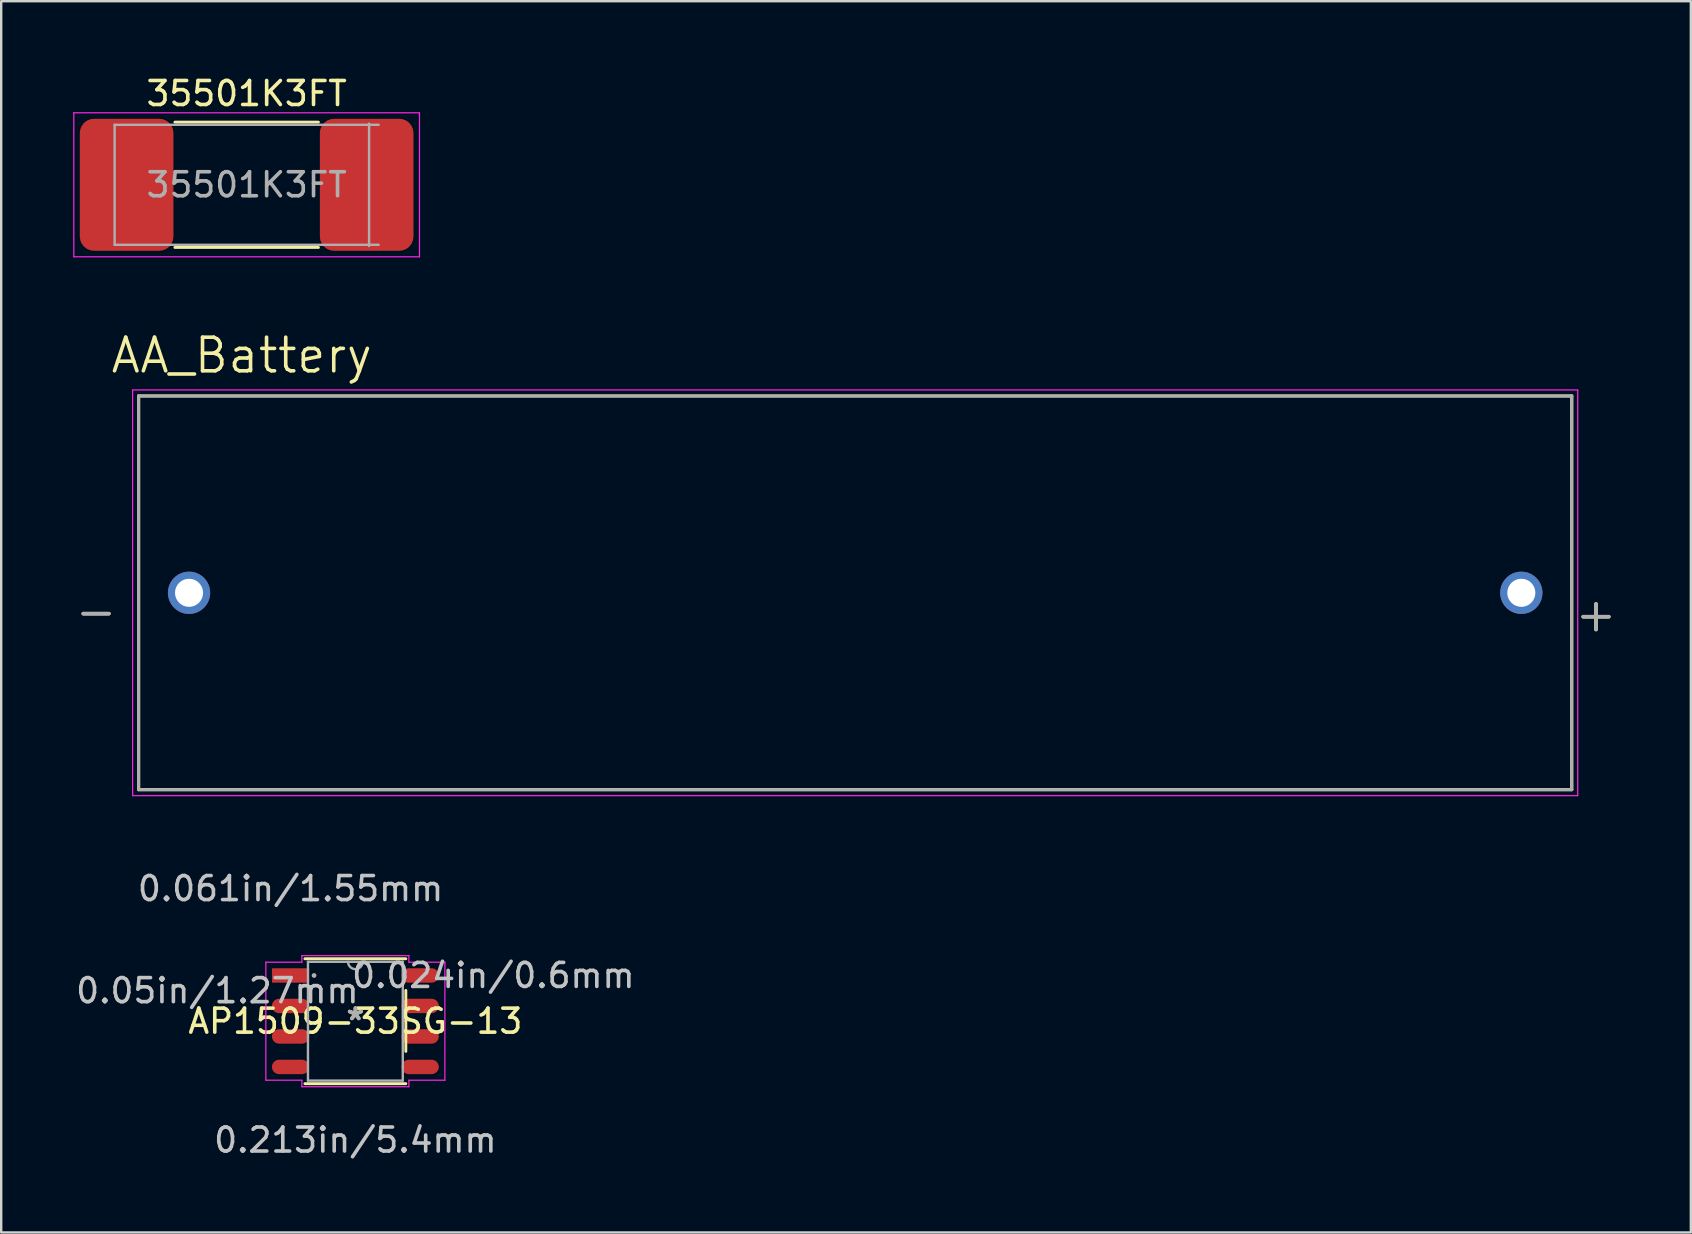
<source format=kicad_pcb>
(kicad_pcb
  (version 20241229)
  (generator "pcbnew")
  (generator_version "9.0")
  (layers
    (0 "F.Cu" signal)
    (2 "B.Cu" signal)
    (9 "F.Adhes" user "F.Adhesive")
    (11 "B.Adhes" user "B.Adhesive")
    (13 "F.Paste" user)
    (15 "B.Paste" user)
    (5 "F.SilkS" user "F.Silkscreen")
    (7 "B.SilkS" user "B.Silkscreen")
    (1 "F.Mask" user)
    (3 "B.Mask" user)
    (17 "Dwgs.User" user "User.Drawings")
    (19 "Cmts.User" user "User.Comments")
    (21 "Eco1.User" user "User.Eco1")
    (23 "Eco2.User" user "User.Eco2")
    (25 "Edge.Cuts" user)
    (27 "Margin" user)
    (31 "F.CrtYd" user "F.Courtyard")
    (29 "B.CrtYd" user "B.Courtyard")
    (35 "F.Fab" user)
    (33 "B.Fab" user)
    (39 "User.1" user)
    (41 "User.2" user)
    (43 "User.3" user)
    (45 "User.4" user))
  (footprint "35501K3FT"
    (layer "F.Cu")
    (at 7.225 4.648)
    (property "Reference" "35501K3FT" (at 0 -3.8 0) (layer "F.SilkS") (effects (font (size 1 1) (thickness 0.15))))
    (attr smd)
    (fp_line (start -2.99 -2.61) (end 2.99 -2.61) (stroke (width 0.12) (type solid)) (layer "F.SilkS"))
    (fp_line (start -2.99 2.61) (end 2.99 2.61) (stroke (width 0.12) (type solid)) (layer "F.SilkS"))
    (fp_line (start -7.2 -3) (end 7.2 -3) (stroke (width 0.05) (type solid)) (layer "F.CrtYd"))
    (fp_line (start -7.2 3) (end -7.2 -3) (stroke (width 0.05) (type solid)) (layer "F.CrtYd"))
    (fp_line (start 7.2 -3) (end 7.2 3) (stroke (width 0.05) (type solid)) (layer "F.CrtYd"))
    (fp_line (start 7.2 3) (end -7.2 3) (stroke (width 0.05) (type solid)) (layer "F.CrtYd"))
    (fp_line (start -5.5 -2.5) (end 5.5 -2.5) (stroke (width 0.1) (type solid)) (layer "F.Fab"))
    (fp_line (start -5.5 2.5) (end -5.5 -2.5) (stroke (width 0.1) (type solid)) (layer "F.Fab"))
    (fp_line (start 5.1 -2.55) (end 5.1 2.55) (stroke (width 0.1) (type solid)) (layer "F.Fab"))
    (fp_line (start 5.5 2.5) (end -5.5 2.5) (stroke (width 0.1) (type solid)) (layer "F.Fab"))
    (fp_text user "${REFERENCE}" (at 0 0 0) (layer "F.Fab") (effects (font (size 1 1) (thickness 0.15))))
    (pad "1" smd roundrect (at -5 0) (size 3.9 5.5) (layers "F.Cu" "F.Mask" "F.Paste") (roundrect_rratio 0.152))
    (pad "2" smd roundrect (at 5 0) (size 3.9 5.5) (layers "F.Cu" "F.Mask" "F.Paste") (roundrect_rratio 0.152)))
  (footprint "AP1509-33SG-13"
    (layer "F.Cu")
    (at 11.754 39.491)
    (property "Reference" "AP1509-33SG-13" (at 0 0 0) (layer "F.SilkS") (effects (font (size 1 1) (thickness 0.15))))
    (attr through_hole)
    (fp_line (start -2.102 2.602) (end 2.102 2.602) (stroke (width 0.12) (type solid)) (layer "F.SilkS"))
    (fp_line (start 2.102 -2.602) (end -2.102 -2.602) (stroke (width 0.12) (type solid)) (layer "F.SilkS"))
    (fp_line (start 2.102 -0.014) (end 2.102 -1.284) (stroke (width 0.12) (type solid)) (layer "F.SilkS"))
    (fp_line (start 2.102 1.256) (end 2.102 -0.014) (stroke (width 0.12) (type solid)) (layer "F.SilkS"))
    (fp_line (start -3.729 -2.459) (end -2.229 -2.459) (stroke (width 0.05) (type solid)) (layer "F.CrtYd"))
    (fp_line (start -3.729 2.459) (end -3.729 -2.459) (stroke (width 0.05) (type solid)) (layer "F.CrtYd"))
    (fp_line (start -2.229 -2.729) (end 2.229 -2.729) (stroke (width 0.05) (type solid)) (layer "F.CrtYd"))
    (fp_line (start -2.229 -2.459) (end -2.229 -2.729) (stroke (width 0.05) (type solid)) (layer "F.CrtYd"))
    (fp_line (start -2.229 2.459) (end -3.729 2.459) (stroke (width 0.05) (type solid)) (layer "F.CrtYd"))
    (fp_line (start -2.229 2.729) (end -2.229 2.459) (stroke (width 0.05) (type solid)) (layer "F.CrtYd"))
    (fp_line (start 2.229 -2.729) (end 2.229 -2.459) (stroke (width 0.05) (type solid)) (layer "F.CrtYd"))
    (fp_line (start 2.229 -2.459) (end 3.729 -2.459) (stroke (width 0.05) (type solid)) (layer "F.CrtYd"))
    (fp_line (start 2.229 2.459) (end 2.229 2.729) (stroke (width 0.05) (type solid)) (layer "F.CrtYd"))
    (fp_line (start 2.229 2.729) (end -2.229 2.729) (stroke (width 0.05) (type solid)) (layer "F.CrtYd"))
    (fp_line (start 3.729 -2.459) (end 3.729 2.459) (stroke (width 0.05) (type solid)) (layer "F.CrtYd"))
    (fp_line (start 3.729 2.459) (end 2.229 2.459) (stroke (width 0.05) (type solid)) (layer "F.CrtYd"))
    (fp_line (start -1.975 -2.475) (end -1.975 2.475) (stroke (width 0.1) (type solid)) (layer "F.Fab"))
    (fp_line (start -1.975 2.475) (end 1.975 2.475) (stroke (width 0.1) (type solid)) (layer "F.Fab"))
    (fp_line (start 1.975 -2.475) (end -1.975 -2.475) (stroke (width 0.1) (type solid)) (layer "F.Fab"))
    (fp_line (start 1.975 2.475) (end 1.975 -2.475) (stroke (width 0.1) (type solid)) (layer "F.Fab"))
    (fp_arc (start 0.3048 -2.475) (mid 0 -2.1702) (end -0.3048 -2.475) (stroke (width 0.1) (type solid)) (layer "F.Fab"))
    (fp_circle (center -1.721 -1.905) (end -1.721 -1.905) (stroke (width 0.1) (type solid)) (fill no) (layer "F.Fab"))
    (fp_text user "*" (at 0 0 0) (layer "F.SilkS") (effects (font (size 1 1) (thickness 0.15))))
    (fp_text user "0.024in/0.6mm" (at 5.748 -1.905 0) (layer "Dwgs.User") (effects (font (size 1 1) (thickness 0.15))))
    (fp_text user "0.061in/1.55mm" (at -2.7 -5.523 0) (layer "Dwgs.User") (effects (font (size 1 1) (thickness 0.15))))
    (fp_text user "0.05in/1.27mm" (at -5.748 -1.27 0) (layer "Dwgs.User") (effects (font (size 1 1) (thickness 0.15))))
    (fp_text user "0.213in/5.4mm" (at 0 4.953 0) (layer "Dwgs.User") (effects (font (size 1 1) (thickness 0.15))))
    (fp_text user "Copyright 2021 Accelerated Designs. All rights reserved." (at 0 0 0) (layer "Cmts.User") (effects (font (size 0.127 0.127) (thickness 0.002))))
    (fp_text user "*" (at 0 0 0) (layer "F.Fab") (effects (font (size 1 1) (thickness 0.15))))
    (pad "1" smd rect (at -2.7 -1.905) (size 1.55 0.6) (layers "F.Cu" "F.Mask" "F.Paste"))
    (pad "2" smd oval (at -2.7 -0.635) (size 1.55 0.6) (layers "F.Cu" "F.Mask" "F.Paste"))
    (pad "3" smd oval (at -2.7 0.635) (size 1.55 0.6) (layers "F.Cu" "F.Mask" "F.Paste"))
    (pad "4" smd oval (at -2.7 1.905) (size 1.55 0.6) (layers "F.Cu" "F.Mask" "F.Paste"))
    (pad "5" smd oval (at 2.7 1.905) (size 1.55 0.6) (layers "F.Cu" "F.Mask" "F.Paste"))
    (pad "6" smd oval (at 2.7 0.635) (size 1.55 0.6) (layers "F.Cu" "F.Mask" "F.Paste"))
    (pad "7" smd oval (at 2.7 -0.635) (size 1.55 0.6) (layers "F.Cu" "F.Mask" "F.Paste"))
    (pad "8" smd oval (at 2.7 -1.905) (size 1.55 0.6) (layers "F.Cu" "F.Mask" "F.Paste")))
  (footprint "AA_Battery"
    (layer "F.Cu")
    (at 32.575 21.645)
    (property "Reference" "AA_Battery" (at -25.555 -9.889 0) (layer "F.SilkS") (effects (font (size 1.4 1.4) (thickness 0.15))))
    (attr through_hole)
    (fp_line (start -29.85 -8.2) (end -29.85 8.2) (stroke (width 0.127) (type solid)) (layer "F.SilkS"))
    (fp_line (start -29.85 8.2) (end 29.85 8.2) (stroke (width 0.127) (type solid)) (layer "F.SilkS"))
    (fp_line (start 29.85 -8.2) (end -29.85 -8.2) (stroke (width 0.127) (type solid)) (layer "F.SilkS"))
    (fp_line (start 29.85 8.2) (end 29.85 -8.2) (stroke (width 0.127) (type solid)) (layer "F.SilkS"))
    (fp_line (start -30.1 -8.45) (end -30.1 8.45) (stroke (width 0.05) (type solid)) (layer "F.CrtYd"))
    (fp_line (start -30.1 8.45) (end 30.1 8.45) (stroke (width 0.05) (type solid)) (layer "F.CrtYd"))
    (fp_line (start 30.1 -8.45) (end -30.1 -8.45) (stroke (width 0.05) (type solid)) (layer "F.CrtYd"))
    (fp_line (start 30.1 8.45) (end 30.1 -8.45) (stroke (width 0.05) (type solid)) (layer "F.CrtYd"))
    (fp_line (start -29.85 -8.2) (end -29.85 8.2) (stroke (width 0.127) (type solid)) (layer "F.Fab"))
    (fp_line (start -29.85 8.2) (end 29.85 8.2) (stroke (width 0.127) (type solid)) (layer "F.Fab"))
    (fp_line (start 29.85 -8.2) (end -29.85 -8.2) (stroke (width 0.127) (type solid)) (layer "F.Fab"))
    (fp_line (start 29.85 8.2) (end 29.85 -8.2) (stroke (width 0.127) (type solid)) (layer "F.Fab"))
    (fp_text user "+" (at 30.861 0.889 0) (layer "F.SilkS") (effects (font (size 1.4 1.4) (thickness 0.15))))
    (fp_text user "-" (at -31.623 0.762 0) (layer "F.SilkS") (effects (font (size 1.4 1.4) (thickness 0.15))))
    (fp_text user "-" (at -31.623 0.762 0) (layer "F.Fab") (effects (font (size 1.4 1.4) (thickness 0.15))))
    (fp_text user "+" (at 30.861 0.889 0) (layer "F.Fab") (effects (font (size 1.4 1.4) (thickness 0.15))))
    (pad "N" thru_hole circle (at -27.75 0) (size 1.76 1.76) (drill 1.17) (layers "*.Cu" "*.Mask"))
    (pad "P" thru_hole circle (at 27.75 0) (size 1.76 1.76) (drill 1.17) (layers "*.Cu" "*.Mask")))
  (gr_rect
    (start -3 -3)
    (end 67.387 48.292)
    (stroke (width 0.1) (type default))
    (fill no)
    (layer "Edge.Cuts")))
</source>
